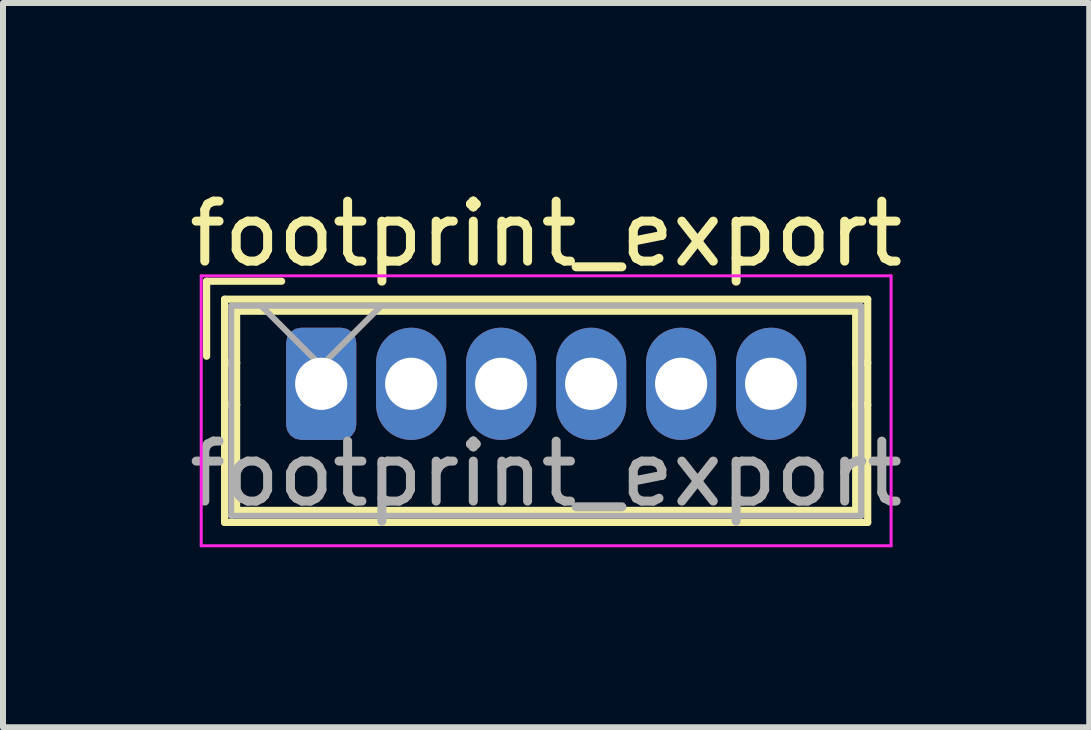
<source format=kicad_pcb>
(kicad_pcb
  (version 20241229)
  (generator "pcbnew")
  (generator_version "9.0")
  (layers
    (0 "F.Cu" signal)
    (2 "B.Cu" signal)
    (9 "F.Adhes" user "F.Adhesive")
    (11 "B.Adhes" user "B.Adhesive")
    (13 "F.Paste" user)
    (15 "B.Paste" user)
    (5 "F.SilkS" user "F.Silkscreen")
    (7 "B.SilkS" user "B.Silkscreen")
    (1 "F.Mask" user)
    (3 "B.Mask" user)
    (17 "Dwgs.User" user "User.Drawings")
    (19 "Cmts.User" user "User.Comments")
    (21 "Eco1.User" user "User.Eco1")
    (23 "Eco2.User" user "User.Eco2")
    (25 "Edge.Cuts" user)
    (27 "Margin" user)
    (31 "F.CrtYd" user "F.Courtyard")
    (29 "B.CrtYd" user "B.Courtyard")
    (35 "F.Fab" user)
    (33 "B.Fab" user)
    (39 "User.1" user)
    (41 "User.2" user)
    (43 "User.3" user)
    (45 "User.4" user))
  (footprint "footprint_export"
    (layer "F.Cu")
    (at 2.304 3.348)
    (property "Reference" "footprint_export" (at 3.75 -2.5 0) (layer "F.SilkS") (effects (font (size 1 1) (thickness 0.15))))
    (attr through_hole)
    (fp_line (start -1.91 -1.71) (end -1.91 -0.46) (stroke (width 0.12) (type solid)) (layer "F.SilkS"))
    (fp_line (start -1.61 -1.41) (end -1.61 2.31) (stroke (width 0.12) (type solid)) (layer "F.SilkS"))
    (fp_line (start -1.61 -0.35) (end -1.41 -0.35) (stroke (width 0.12) (type solid)) (layer "F.SilkS"))
    (fp_line (start -1.61 2.31) (end 9.11 2.31) (stroke (width 0.12) (type solid)) (layer "F.SilkS"))
    (fp_line (start -1.41 -1.21) (end 8.91 -1.21) (stroke (width 0.12) (type solid)) (layer "F.SilkS"))
    (fp_line (start -1.41 -0.35) (end -1.41 -1.21) (stroke (width 0.12) (type solid)) (layer "F.SilkS"))
    (fp_line (start -1.41 -0.35) (end -1.41 0.35) (stroke (width 0.12) (type solid)) (layer "F.SilkS"))
    (fp_line (start -1.41 0.35) (end -1.61 0.35) (stroke (width 0.12) (type solid)) (layer "F.SilkS"))
    (fp_line (start -1.41 0.35) (end -1.41 2.11) (stroke (width 0.12) (type solid)) (layer "F.SilkS"))
    (fp_line (start -1.41 2.11) (end 8.91 2.11) (stroke (width 0.12) (type solid)) (layer "F.SilkS"))
    (fp_line (start -0.66 -1.71) (end -1.91 -1.71) (stroke (width 0.12) (type solid)) (layer "F.SilkS"))
    (fp_line (start 8.91 -1.21) (end 8.91 -0.35) (stroke (width 0.12) (type solid)) (layer "F.SilkS"))
    (fp_line (start 8.91 -0.35) (end 8.91 0.35) (stroke (width 0.12) (type solid)) (layer "F.SilkS"))
    (fp_line (start 8.91 -0.35) (end 9.11 -0.35) (stroke (width 0.12) (type solid)) (layer "F.SilkS"))
    (fp_line (start 8.91 0.35) (end 9.11 0.35) (stroke (width 0.12) (type solid)) (layer "F.SilkS"))
    (fp_line (start 8.91 2.11) (end 8.91 0.35) (stroke (width 0.12) (type solid)) (layer "F.SilkS"))
    (fp_line (start 9.11 -1.41) (end -1.61 -1.41) (stroke (width 0.12) (type solid)) (layer "F.SilkS"))
    (fp_line (start 9.11 2.31) (end 9.11 -1.41) (stroke (width 0.12) (type solid)) (layer "F.SilkS"))
    (fp_line (start -2 -1.8) (end -2 2.7) (stroke (width 0.05) (type solid)) (layer "F.CrtYd"))
    (fp_line (start -2 2.7) (end 9.5 2.7) (stroke (width 0.05) (type solid)) (layer "F.CrtYd"))
    (fp_line (start 9.5 -1.8) (end -2 -1.8) (stroke (width 0.05) (type solid)) (layer "F.CrtYd"))
    (fp_line (start 9.5 2.7) (end 9.5 -1.8) (stroke (width 0.05) (type solid)) (layer "F.CrtYd"))
    (fp_line (start -1.5 -1.3) (end -1.5 2.2) (stroke (width 0.1) (type solid)) (layer "F.Fab"))
    (fp_line (start -1.5 2.2) (end 9 2.2) (stroke (width 0.1) (type solid)) (layer "F.Fab"))
    (fp_line (start -1 -1.3) (end 0 -0.3) (stroke (width 0.1) (type solid)) (layer "F.Fab"))
    (fp_line (start 0 -0.3) (end 1 -1.3) (stroke (width 0.1) (type solid)) (layer "F.Fab"))
    (fp_line (start 9 -1.3) (end -1.5 -1.3) (stroke (width 0.1) (type solid)) (layer "F.Fab"))
    (fp_line (start 9 2.2) (end 9 -1.3) (stroke (width 0.1) (type solid)) (layer "F.Fab"))
    (fp_text user "${REFERENCE}" (at 3.75 1.5 0) (layer "F.Fab") (effects (font (size 1 1) (thickness 0.15))))
    (pad "1" thru_hole roundrect (at 0 0) (size 1.17 1.87) (drill 0.87) (layers "*.Cu" "*.Mask") (roundrect_rratio 0.214))
    (pad "2" thru_hole oval (at 1.5 0) (size 1.17 1.87) (drill 0.87) (layers "*.Cu" "*.Mask"))
    (pad "3" thru_hole oval (at 3 0) (size 1.17 1.87) (drill 0.87) (layers "*.Cu" "*.Mask"))
    (pad "4" thru_hole oval (at 4.5 0) (size 1.17 1.87) (drill 0.87) (layers "*.Cu" "*.Mask"))
    (pad "5" thru_hole oval (at 6 0) (size 1.17 1.87) (drill 0.87) (layers "*.Cu" "*.Mask"))
    (pad "6" thru_hole oval (at 7.5 0) (size 1.17 1.87) (drill 0.87) (layers "*.Cu" "*.Mask")))
  (gr_rect
    (start -3 -3)
    (end 15.107 9.073)
    (stroke (width 0.1) (type default))
    (fill no)
    (layer "Edge.Cuts")))
</source>
